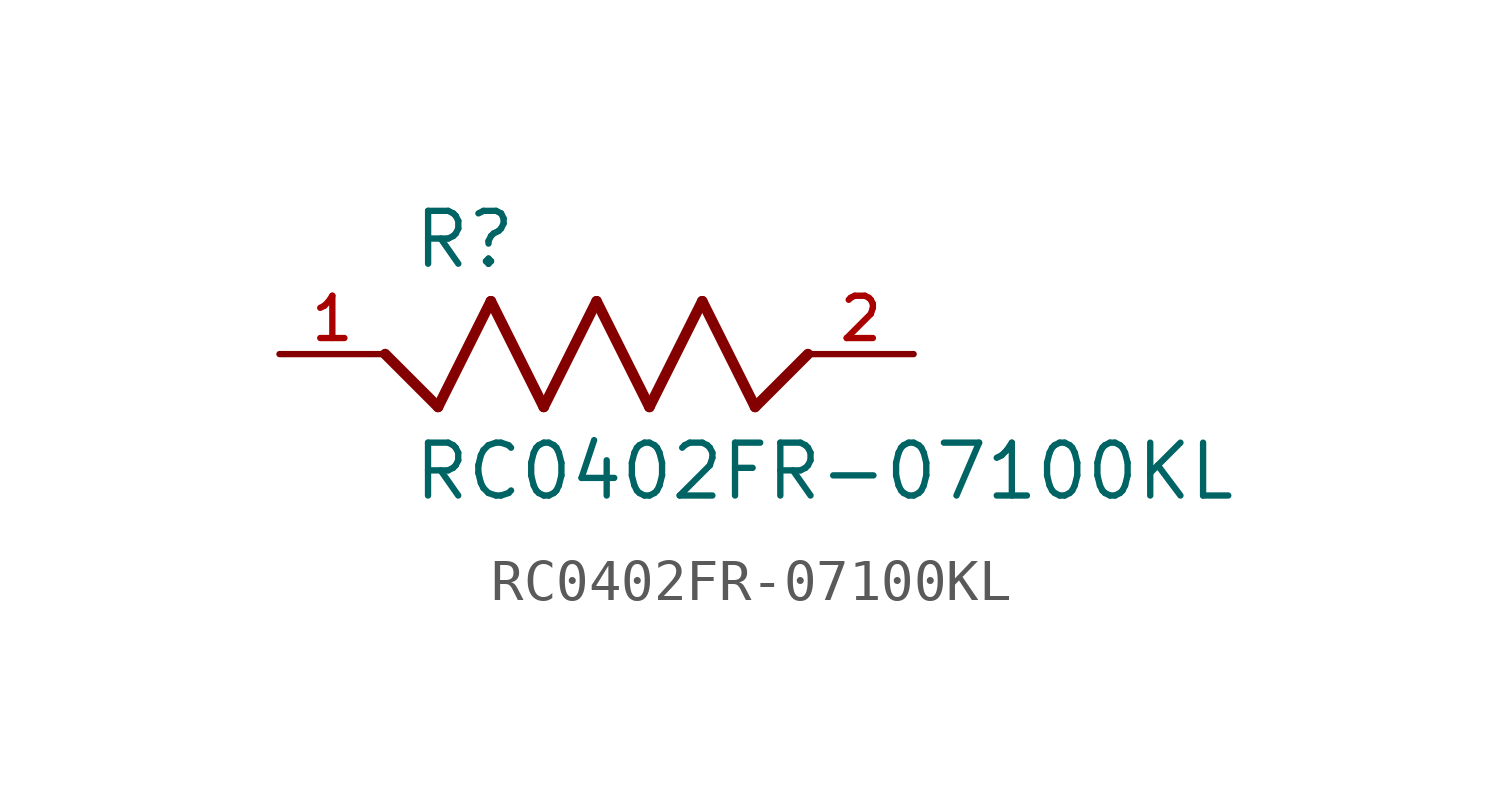
<source format=kicad_sym>
(kicad_symbol_lib
  (version 20211014)
  (generator kicad_symbol_editor)
  (symbol "RC0402FR-07100KL"
    (pin_names
      (offset 1.016))
    (property "Reference" "R"
      (at -4.451 2.009 0)
      (effects (font (size 1.27 1.27)) (justify bottom left)))
    (property "Value" "RC0402FR-07100KL"
      (at -4.453 -3.562 0)
      (effects (font (size 1.27 1.27)) (justify bottom left)))
    (symbol "RC0402FR-07100KL_0_0"
      (polyline (pts (xy -5.08 0.0) (xy -3.81 -1.27)) (stroke (width 0.254)))
      (polyline (pts (xy -3.81 -1.27) (xy -2.54 1.27)) (stroke (width 0.254)))
      (polyline (pts (xy -2.54 1.27) (xy -1.27 -1.27)) (stroke (width 0.254)))
      (polyline (pts (xy -1.27 -1.27) (xy 0.0 1.27)) (stroke (width 0.254)))
      (polyline (pts (xy 0.0 1.27) (xy 1.27 -1.27)) (stroke (width 0.254)))
      (polyline (pts (xy 1.27 -1.27) (xy 2.54 1.27)) (stroke (width 0.254)))
      (polyline (pts (xy 2.54 1.27) (xy 3.81 -1.27)) (stroke (width 0.254)))
      (polyline (pts (xy 3.81 -1.27) (xy 5.08 0.0)) (stroke (width 0.254)))
      (pin passive line (at -7.62 0.0 0) (length 2.54) (name "~" (effects (font (size 1.016 1.016)))) (number "1" (effects (font (size 1.016 1.016)))))
      (pin passive line (at 7.62 0.0 180.0) (length 2.54) (name "~" (effects (font (size 1.016 1.016)))) (number "2" (effects (font (size 1.016 1.016))))))))
</source>
